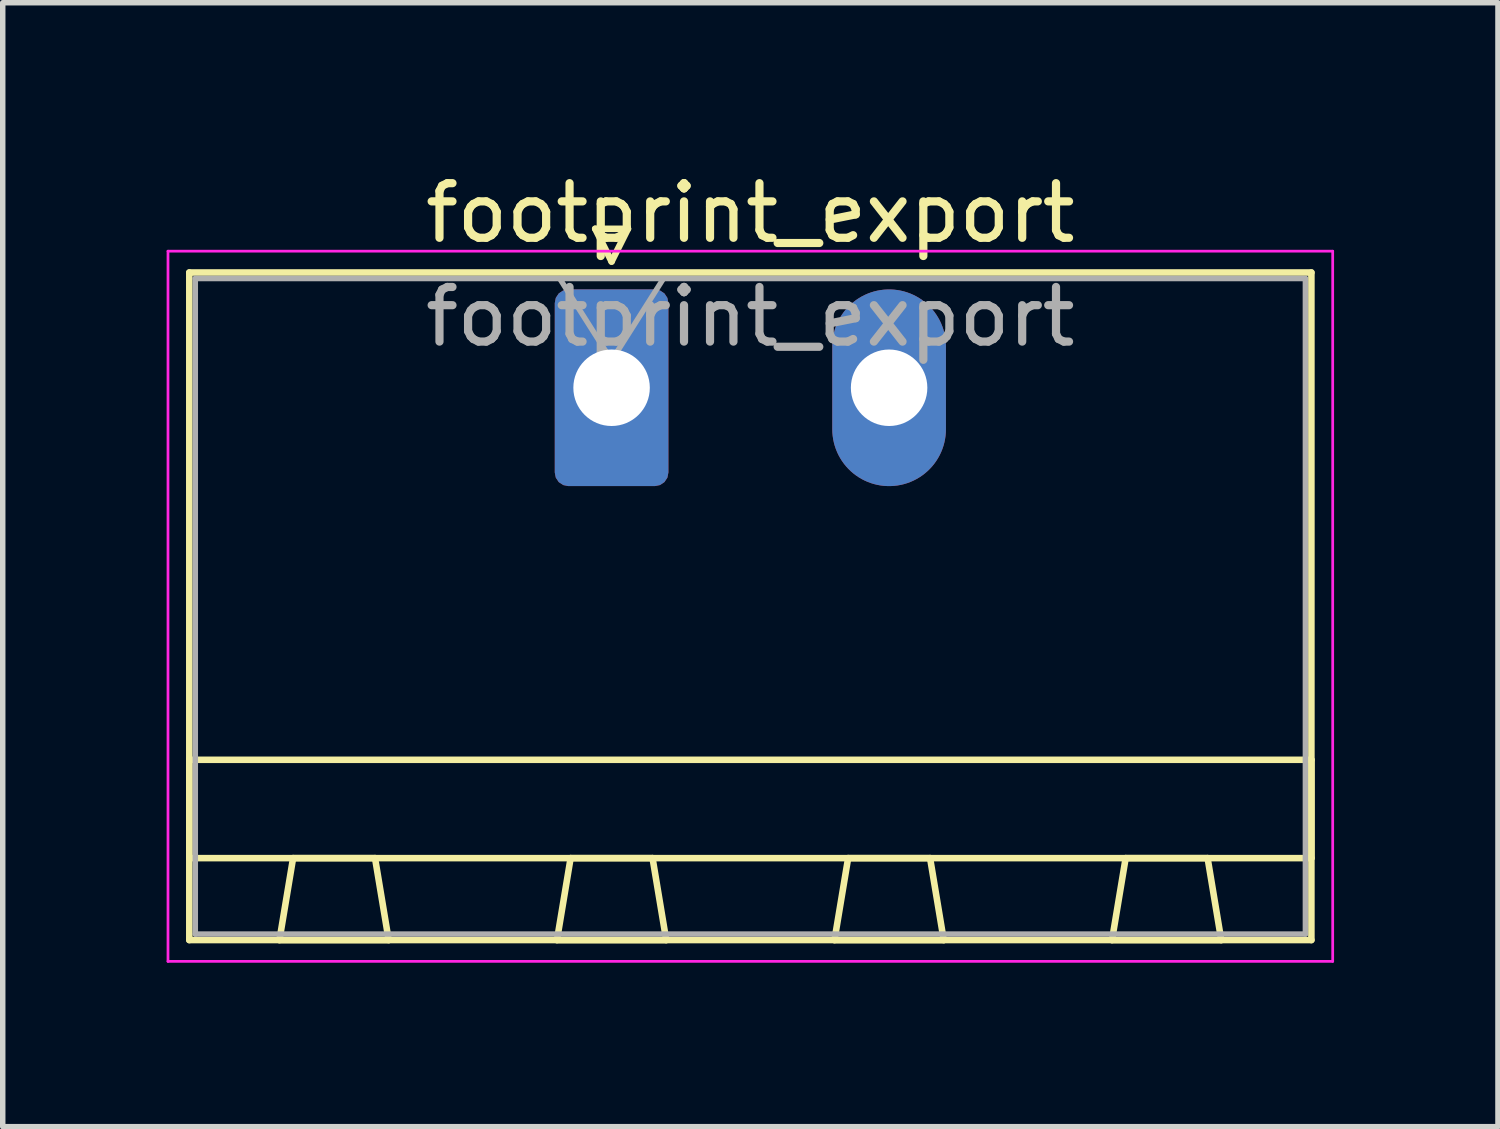
<source format=kicad_pcb>
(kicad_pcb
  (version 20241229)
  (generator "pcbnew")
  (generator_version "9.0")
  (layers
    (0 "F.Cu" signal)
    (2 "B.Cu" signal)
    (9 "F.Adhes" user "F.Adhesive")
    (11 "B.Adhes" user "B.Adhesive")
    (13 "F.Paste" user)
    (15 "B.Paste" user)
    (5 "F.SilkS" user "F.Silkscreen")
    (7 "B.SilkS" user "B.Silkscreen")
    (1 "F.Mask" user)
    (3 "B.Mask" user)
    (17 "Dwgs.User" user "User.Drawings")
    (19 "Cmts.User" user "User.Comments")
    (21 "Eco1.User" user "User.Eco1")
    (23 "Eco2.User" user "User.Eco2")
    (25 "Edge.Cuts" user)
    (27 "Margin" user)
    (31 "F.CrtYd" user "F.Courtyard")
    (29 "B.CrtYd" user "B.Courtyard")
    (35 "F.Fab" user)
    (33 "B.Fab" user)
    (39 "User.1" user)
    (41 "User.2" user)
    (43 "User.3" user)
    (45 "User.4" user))
  (footprint "footprint_export"
    (layer "F.Cu")
    (at 8.145 4.048)
    (property "Reference" "footprint_export" (at 2.54 -3.2 0) (layer "F.SilkS") (effects (font (size 1 1) (thickness 0.15))))
    (attr through_hole)
    (fp_line (start -7.73 -2.11) (end -7.73 10.11) (stroke (width 0.12) (type solid)) (layer "F.SilkS"))
    (fp_line (start -7.73 6.81) (end 12.81 6.81) (stroke (width 0.12) (type solid)) (layer "F.SilkS"))
    (fp_line (start -7.73 8.61) (end -7.73 6.81) (stroke (width 0.12) (type solid)) (layer "F.SilkS"))
    (fp_line (start -7.73 10.11) (end 12.81 10.11) (stroke (width 0.12) (type solid)) (layer "F.SilkS"))
    (fp_line (start -6.08 10.11) (end -4.08 10.11) (stroke (width 0.12) (type solid)) (layer "F.SilkS"))
    (fp_line (start -5.83 8.61) (end -6.08 10.11) (stroke (width 0.12) (type solid)) (layer "F.SilkS"))
    (fp_line (start -4.33 8.61) (end -5.83 8.61) (stroke (width 0.12) (type solid)) (layer "F.SilkS"))
    (fp_line (start -4.08 10.11) (end -4.33 8.61) (stroke (width 0.12) (type solid)) (layer "F.SilkS"))
    (fp_line (start -1 10.11) (end 1 10.11) (stroke (width 0.12) (type solid)) (layer "F.SilkS"))
    (fp_line (start -0.75 8.61) (end -1 10.11) (stroke (width 0.12) (type solid)) (layer "F.SilkS"))
    (fp_line (start -0.3 -2.91) (end 0.3 -2.91) (stroke (width 0.12) (type solid)) (layer "F.SilkS"))
    (fp_line (start 0 -2.31) (end -0.3 -2.91) (stroke (width 0.12) (type solid)) (layer "F.SilkS"))
    (fp_line (start 0.3 -2.91) (end 0 -2.31) (stroke (width 0.12) (type solid)) (layer "F.SilkS"))
    (fp_line (start 0.75 8.61) (end -0.75 8.61) (stroke (width 0.12) (type solid)) (layer "F.SilkS"))
    (fp_line (start 1 10.11) (end 0.75 8.61) (stroke (width 0.12) (type solid)) (layer "F.SilkS"))
    (fp_line (start 4.08 10.11) (end 6.08 10.11) (stroke (width 0.12) (type solid)) (layer "F.SilkS"))
    (fp_line (start 4.33 8.61) (end 4.08 10.11) (stroke (width 0.12) (type solid)) (layer "F.SilkS"))
    (fp_line (start 5.83 8.61) (end 4.33 8.61) (stroke (width 0.12) (type solid)) (layer "F.SilkS"))
    (fp_line (start 6.08 10.11) (end 5.83 8.61) (stroke (width 0.12) (type solid)) (layer "F.SilkS"))
    (fp_line (start 9.16 10.11) (end 11.16 10.11) (stroke (width 0.12) (type solid)) (layer "F.SilkS"))
    (fp_line (start 9.41 8.61) (end 9.16 10.11) (stroke (width 0.12) (type solid)) (layer "F.SilkS"))
    (fp_line (start 10.91 8.61) (end 9.41 8.61) (stroke (width 0.12) (type solid)) (layer "F.SilkS"))
    (fp_line (start 11.16 10.11) (end 10.91 8.61) (stroke (width 0.12) (type solid)) (layer "F.SilkS"))
    (fp_line (start 12.81 -2.11) (end -7.73 -2.11) (stroke (width 0.12) (type solid)) (layer "F.SilkS"))
    (fp_line (start 12.81 6.81) (end 12.81 8.61) (stroke (width 0.12) (type solid)) (layer "F.SilkS"))
    (fp_line (start 12.81 8.61) (end -7.73 8.61) (stroke (width 0.12) (type solid)) (layer "F.SilkS"))
    (fp_line (start 12.81 10.11) (end 12.81 -2.11) (stroke (width 0.12) (type solid)) (layer "F.SilkS"))
    (fp_line (start -8.12 -2.5) (end -8.12 10.5) (stroke (width 0.05) (type solid)) (layer "F.CrtYd"))
    (fp_line (start -8.12 10.5) (end 13.2 10.5) (stroke (width 0.05) (type solid)) (layer "F.CrtYd"))
    (fp_line (start 13.2 -2.5) (end -8.12 -2.5) (stroke (width 0.05) (type solid)) (layer "F.CrtYd"))
    (fp_line (start 13.2 10.5) (end 13.2 -2.5) (stroke (width 0.05) (type solid)) (layer "F.CrtYd"))
    (fp_line (start -7.62 -2) (end -7.62 10) (stroke (width 0.1) (type solid)) (layer "F.Fab"))
    (fp_line (start -7.62 10) (end 12.7 10) (stroke (width 0.1) (type solid)) (layer "F.Fab"))
    (fp_line (start 0 -0.5) (end -0.95 -2) (stroke (width 0.1) (type solid)) (layer "F.Fab"))
    (fp_line (start 0.95 -2) (end 0 -0.5) (stroke (width 0.1) (type solid)) (layer "F.Fab"))
    (fp_line (start 12.7 -2) (end -7.62 -2) (stroke (width 0.1) (type solid)) (layer "F.Fab"))
    (fp_line (start 12.7 10) (end 12.7 -2) (stroke (width 0.1) (type solid)) (layer "F.Fab"))
    (fp_text user "${REFERENCE}" (at 2.54 -1.3 0) (layer "F.Fab") (effects (font (size 1 1) (thickness 0.15))))
    (pad "1" thru_hole roundrect (at 0 0) (size 2.08 3.6) (drill 1.4) (layers "*.Cu" "*.Mask") (roundrect_rratio 0.12))
    (pad "2" thru_hole oval (at 5.08 0) (size 2.08 3.6) (drill 1.4) (layers "*.Cu" "*.Mask")))
  (gr_rect
    (start -3 -3)
    (end 24.37 17.573)
    (stroke (width 0.1) (type default))
    (fill no)
    (layer "Edge.Cuts")))
</source>
